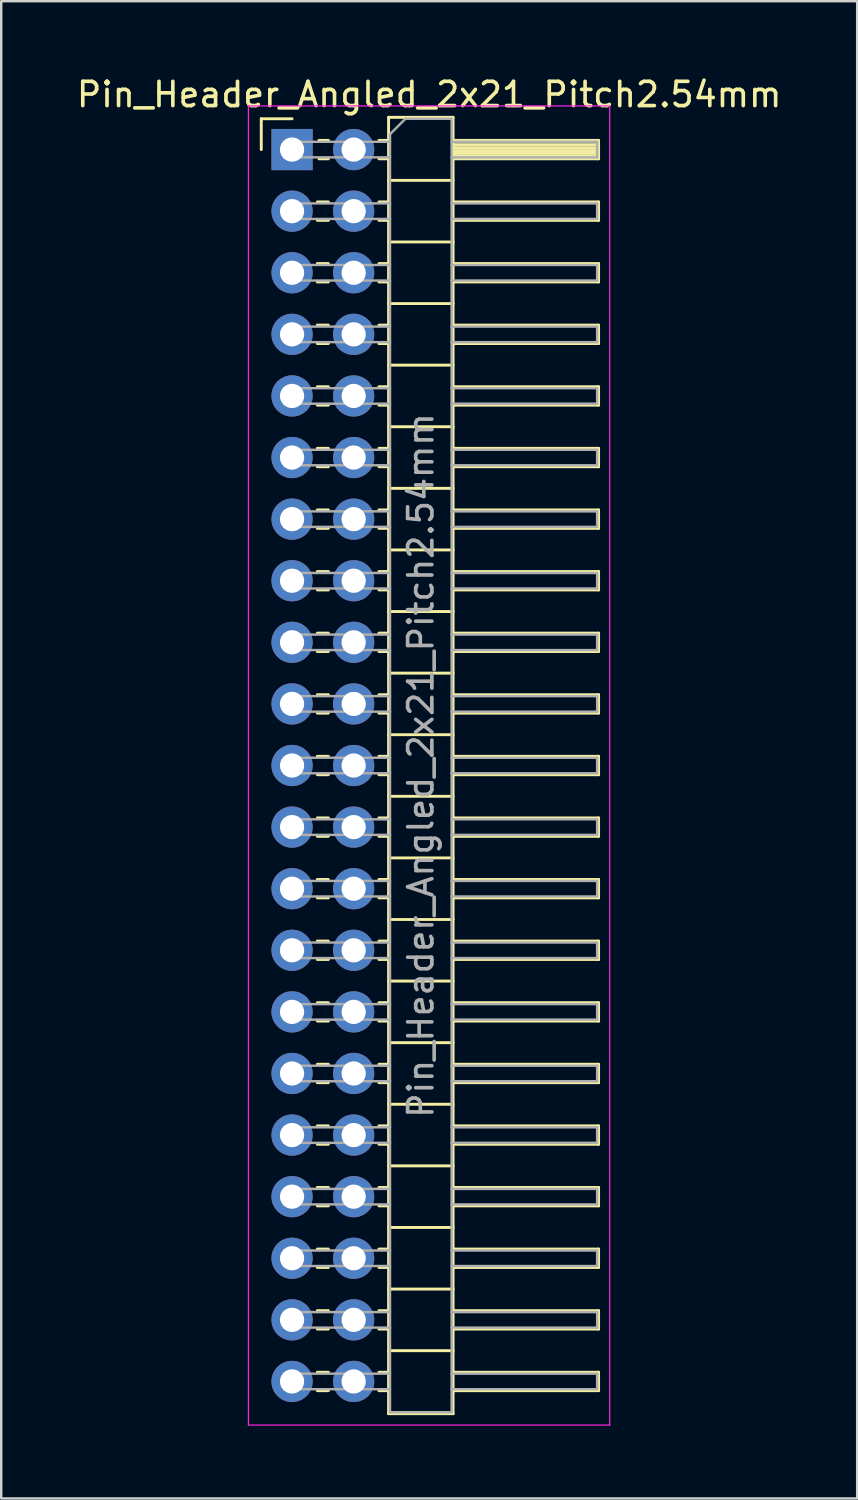
<source format=kicad_pcb>
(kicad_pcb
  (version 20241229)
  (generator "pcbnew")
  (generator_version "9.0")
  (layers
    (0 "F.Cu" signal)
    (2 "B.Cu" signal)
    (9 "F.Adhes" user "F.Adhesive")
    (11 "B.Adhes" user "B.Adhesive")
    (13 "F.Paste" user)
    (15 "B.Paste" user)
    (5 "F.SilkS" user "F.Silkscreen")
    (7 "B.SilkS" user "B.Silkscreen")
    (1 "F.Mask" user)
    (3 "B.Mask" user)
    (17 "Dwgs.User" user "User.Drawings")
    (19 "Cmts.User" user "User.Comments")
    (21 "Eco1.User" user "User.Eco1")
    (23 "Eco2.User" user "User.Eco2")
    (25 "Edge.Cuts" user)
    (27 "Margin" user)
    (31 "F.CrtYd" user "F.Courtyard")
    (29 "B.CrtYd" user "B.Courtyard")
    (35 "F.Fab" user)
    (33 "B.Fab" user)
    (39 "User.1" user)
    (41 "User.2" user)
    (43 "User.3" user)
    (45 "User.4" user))
  (footprint "Pin_Header_Angled_2x21_Pitch2.54mm"
    (layer "F.Cu")
    (at 8.994 3.118)
    (property "Reference" "Pin_Header_Angled_2x21_Pitch2.54mm" (at 5.655 -2.27 0) (layer "F.SilkS") (effects (font (size 1 1) (thickness 0.15))))
    (attr through_hole)
    (fp_line (start -1.27 -1.27) (end 0 -1.27) (stroke (width 0.12) (type solid)) (layer "F.SilkS"))
    (fp_line (start -1.27 0) (end -1.27 -1.27) (stroke (width 0.12) (type solid)) (layer "F.SilkS"))
    (fp_line (start 1.043 2.16) (end 1.497 2.16) (stroke (width 0.12) (type solid)) (layer "F.SilkS"))
    (fp_line (start 1.043 2.92) (end 1.497 2.92) (stroke (width 0.12) (type solid)) (layer "F.SilkS"))
    (fp_line (start 1.043 4.7) (end 1.497 4.7) (stroke (width 0.12) (type solid)) (layer "F.SilkS"))
    (fp_line (start 1.043 5.46) (end 1.497 5.46) (stroke (width 0.12) (type solid)) (layer "F.SilkS"))
    (fp_line (start 1.043 7.24) (end 1.497 7.24) (stroke (width 0.12) (type solid)) (layer "F.SilkS"))
    (fp_line (start 1.043 8) (end 1.497 8) (stroke (width 0.12) (type solid)) (layer "F.SilkS"))
    (fp_line (start 1.043 9.78) (end 1.497 9.78) (stroke (width 0.12) (type solid)) (layer "F.SilkS"))
    (fp_line (start 1.043 10.54) (end 1.497 10.54) (stroke (width 0.12) (type solid)) (layer "F.SilkS"))
    (fp_line (start 1.043 12.32) (end 1.497 12.32) (stroke (width 0.12) (type solid)) (layer "F.SilkS"))
    (fp_line (start 1.043 13.08) (end 1.497 13.08) (stroke (width 0.12) (type solid)) (layer "F.SilkS"))
    (fp_line (start 1.043 14.86) (end 1.497 14.86) (stroke (width 0.12) (type solid)) (layer "F.SilkS"))
    (fp_line (start 1.043 15.62) (end 1.497 15.62) (stroke (width 0.12) (type solid)) (layer "F.SilkS"))
    (fp_line (start 1.043 17.4) (end 1.497 17.4) (stroke (width 0.12) (type solid)) (layer "F.SilkS"))
    (fp_line (start 1.043 18.16) (end 1.497 18.16) (stroke (width 0.12) (type solid)) (layer "F.SilkS"))
    (fp_line (start 1.043 19.94) (end 1.497 19.94) (stroke (width 0.12) (type solid)) (layer "F.SilkS"))
    (fp_line (start 1.043 20.7) (end 1.497 20.7) (stroke (width 0.12) (type solid)) (layer "F.SilkS"))
    (fp_line (start 1.043 22.48) (end 1.497 22.48) (stroke (width 0.12) (type solid)) (layer "F.SilkS"))
    (fp_line (start 1.043 23.24) (end 1.497 23.24) (stroke (width 0.12) (type solid)) (layer "F.SilkS"))
    (fp_line (start 1.043 25.02) (end 1.497 25.02) (stroke (width 0.12) (type solid)) (layer "F.SilkS"))
    (fp_line (start 1.043 25.78) (end 1.497 25.78) (stroke (width 0.12) (type solid)) (layer "F.SilkS"))
    (fp_line (start 1.043 27.56) (end 1.497 27.56) (stroke (width 0.12) (type solid)) (layer "F.SilkS"))
    (fp_line (start 1.043 28.32) (end 1.497 28.32) (stroke (width 0.12) (type solid)) (layer "F.SilkS"))
    (fp_line (start 1.043 30.1) (end 1.497 30.1) (stroke (width 0.12) (type solid)) (layer "F.SilkS"))
    (fp_line (start 1.043 30.86) (end 1.497 30.86) (stroke (width 0.12) (type solid)) (layer "F.SilkS"))
    (fp_line (start 1.043 32.64) (end 1.497 32.64) (stroke (width 0.12) (type solid)) (layer "F.SilkS"))
    (fp_line (start 1.043 33.4) (end 1.497 33.4) (stroke (width 0.12) (type solid)) (layer "F.SilkS"))
    (fp_line (start 1.043 35.18) (end 1.497 35.18) (stroke (width 0.12) (type solid)) (layer "F.SilkS"))
    (fp_line (start 1.043 35.94) (end 1.497 35.94) (stroke (width 0.12) (type solid)) (layer "F.SilkS"))
    (fp_line (start 1.043 37.72) (end 1.497 37.72) (stroke (width 0.12) (type solid)) (layer "F.SilkS"))
    (fp_line (start 1.043 38.48) (end 1.497 38.48) (stroke (width 0.12) (type solid)) (layer "F.SilkS"))
    (fp_line (start 1.043 40.26) (end 1.497 40.26) (stroke (width 0.12) (type solid)) (layer "F.SilkS"))
    (fp_line (start 1.043 41.02) (end 1.497 41.02) (stroke (width 0.12) (type solid)) (layer "F.SilkS"))
    (fp_line (start 1.043 42.8) (end 1.497 42.8) (stroke (width 0.12) (type solid)) (layer "F.SilkS"))
    (fp_line (start 1.043 43.56) (end 1.497 43.56) (stroke (width 0.12) (type solid)) (layer "F.SilkS"))
    (fp_line (start 1.043 45.34) (end 1.497 45.34) (stroke (width 0.12) (type solid)) (layer "F.SilkS"))
    (fp_line (start 1.043 46.1) (end 1.497 46.1) (stroke (width 0.12) (type solid)) (layer "F.SilkS"))
    (fp_line (start 1.043 47.88) (end 1.497 47.88) (stroke (width 0.12) (type solid)) (layer "F.SilkS"))
    (fp_line (start 1.043 48.64) (end 1.497 48.64) (stroke (width 0.12) (type solid)) (layer "F.SilkS"))
    (fp_line (start 1.043 50.42) (end 1.497 50.42) (stroke (width 0.12) (type solid)) (layer "F.SilkS"))
    (fp_line (start 1.043 51.18) (end 1.497 51.18) (stroke (width 0.12) (type solid)) (layer "F.SilkS"))
    (fp_line (start 1.11 -0.38) (end 1.497 -0.38) (stroke (width 0.12) (type solid)) (layer "F.SilkS"))
    (fp_line (start 1.11 0.38) (end 1.497 0.38) (stroke (width 0.12) (type solid)) (layer "F.SilkS"))
    (fp_line (start 3.583 -0.38) (end 3.98 -0.38) (stroke (width 0.12) (type solid)) (layer "F.SilkS"))
    (fp_line (start 3.583 0.38) (end 3.98 0.38) (stroke (width 0.12) (type solid)) (layer "F.SilkS"))
    (fp_line (start 3.583 2.16) (end 3.98 2.16) (stroke (width 0.12) (type solid)) (layer "F.SilkS"))
    (fp_line (start 3.583 2.92) (end 3.98 2.92) (stroke (width 0.12) (type solid)) (layer "F.SilkS"))
    (fp_line (start 3.583 4.7) (end 3.98 4.7) (stroke (width 0.12) (type solid)) (layer "F.SilkS"))
    (fp_line (start 3.583 5.46) (end 3.98 5.46) (stroke (width 0.12) (type solid)) (layer "F.SilkS"))
    (fp_line (start 3.583 7.24) (end 3.98 7.24) (stroke (width 0.12) (type solid)) (layer "F.SilkS"))
    (fp_line (start 3.583 8) (end 3.98 8) (stroke (width 0.12) (type solid)) (layer "F.SilkS"))
    (fp_line (start 3.583 9.78) (end 3.98 9.78) (stroke (width 0.12) (type solid)) (layer "F.SilkS"))
    (fp_line (start 3.583 10.54) (end 3.98 10.54) (stroke (width 0.12) (type solid)) (layer "F.SilkS"))
    (fp_line (start 3.583 12.32) (end 3.98 12.32) (stroke (width 0.12) (type solid)) (layer "F.SilkS"))
    (fp_line (start 3.583 13.08) (end 3.98 13.08) (stroke (width 0.12) (type solid)) (layer "F.SilkS"))
    (fp_line (start 3.583 14.86) (end 3.98 14.86) (stroke (width 0.12) (type solid)) (layer "F.SilkS"))
    (fp_line (start 3.583 15.62) (end 3.98 15.62) (stroke (width 0.12) (type solid)) (layer "F.SilkS"))
    (fp_line (start 3.583 17.4) (end 3.98 17.4) (stroke (width 0.12) (type solid)) (layer "F.SilkS"))
    (fp_line (start 3.583 18.16) (end 3.98 18.16) (stroke (width 0.12) (type solid)) (layer "F.SilkS"))
    (fp_line (start 3.583 19.94) (end 3.98 19.94) (stroke (width 0.12) (type solid)) (layer "F.SilkS"))
    (fp_line (start 3.583 20.7) (end 3.98 20.7) (stroke (width 0.12) (type solid)) (layer "F.SilkS"))
    (fp_line (start 3.583 22.48) (end 3.98 22.48) (stroke (width 0.12) (type solid)) (layer "F.SilkS"))
    (fp_line (start 3.583 23.24) (end 3.98 23.24) (stroke (width 0.12) (type solid)) (layer "F.SilkS"))
    (fp_line (start 3.583 25.02) (end 3.98 25.02) (stroke (width 0.12) (type solid)) (layer "F.SilkS"))
    (fp_line (start 3.583 25.78) (end 3.98 25.78) (stroke (width 0.12) (type solid)) (layer "F.SilkS"))
    (fp_line (start 3.583 27.56) (end 3.98 27.56) (stroke (width 0.12) (type solid)) (layer "F.SilkS"))
    (fp_line (start 3.583 28.32) (end 3.98 28.32) (stroke (width 0.12) (type solid)) (layer "F.SilkS"))
    (fp_line (start 3.583 30.1) (end 3.98 30.1) (stroke (width 0.12) (type solid)) (layer "F.SilkS"))
    (fp_line (start 3.583 30.86) (end 3.98 30.86) (stroke (width 0.12) (type solid)) (layer "F.SilkS"))
    (fp_line (start 3.583 32.64) (end 3.98 32.64) (stroke (width 0.12) (type solid)) (layer "F.SilkS"))
    (fp_line (start 3.583 33.4) (end 3.98 33.4) (stroke (width 0.12) (type solid)) (layer "F.SilkS"))
    (fp_line (start 3.583 35.18) (end 3.98 35.18) (stroke (width 0.12) (type solid)) (layer "F.SilkS"))
    (fp_line (start 3.583 35.94) (end 3.98 35.94) (stroke (width 0.12) (type solid)) (layer "F.SilkS"))
    (fp_line (start 3.583 37.72) (end 3.98 37.72) (stroke (width 0.12) (type solid)) (layer "F.SilkS"))
    (fp_line (start 3.583 38.48) (end 3.98 38.48) (stroke (width 0.12) (type solid)) (layer "F.SilkS"))
    (fp_line (start 3.583 40.26) (end 3.98 40.26) (stroke (width 0.12) (type solid)) (layer "F.SilkS"))
    (fp_line (start 3.583 41.02) (end 3.98 41.02) (stroke (width 0.12) (type solid)) (layer "F.SilkS"))
    (fp_line (start 3.583 42.8) (end 3.98 42.8) (stroke (width 0.12) (type solid)) (layer "F.SilkS"))
    (fp_line (start 3.583 43.56) (end 3.98 43.56) (stroke (width 0.12) (type solid)) (layer "F.SilkS"))
    (fp_line (start 3.583 45.34) (end 3.98 45.34) (stroke (width 0.12) (type solid)) (layer "F.SilkS"))
    (fp_line (start 3.583 46.1) (end 3.98 46.1) (stroke (width 0.12) (type solid)) (layer "F.SilkS"))
    (fp_line (start 3.583 47.88) (end 3.98 47.88) (stroke (width 0.12) (type solid)) (layer "F.SilkS"))
    (fp_line (start 3.583 48.64) (end 3.98 48.64) (stroke (width 0.12) (type solid)) (layer "F.SilkS"))
    (fp_line (start 3.583 50.42) (end 3.98 50.42) (stroke (width 0.12) (type solid)) (layer "F.SilkS"))
    (fp_line (start 3.583 51.18) (end 3.98 51.18) (stroke (width 0.12) (type solid)) (layer "F.SilkS"))
    (fp_line (start 3.98 -1.33) (end 3.98 52.13) (stroke (width 0.12) (type solid)) (layer "F.SilkS"))
    (fp_line (start 3.98 1.27) (end 6.64 1.27) (stroke (width 0.12) (type solid)) (layer "F.SilkS"))
    (fp_line (start 3.98 3.81) (end 6.64 3.81) (stroke (width 0.12) (type solid)) (layer "F.SilkS"))
    (fp_line (start 3.98 6.35) (end 6.64 6.35) (stroke (width 0.12) (type solid)) (layer "F.SilkS"))
    (fp_line (start 3.98 8.89) (end 6.64 8.89) (stroke (width 0.12) (type solid)) (layer "F.SilkS"))
    (fp_line (start 3.98 11.43) (end 6.64 11.43) (stroke (width 0.12) (type solid)) (layer "F.SilkS"))
    (fp_line (start 3.98 13.97) (end 6.64 13.97) (stroke (width 0.12) (type solid)) (layer "F.SilkS"))
    (fp_line (start 3.98 16.51) (end 6.64 16.51) (stroke (width 0.12) (type solid)) (layer "F.SilkS"))
    (fp_line (start 3.98 19.05) (end 6.64 19.05) (stroke (width 0.12) (type solid)) (layer "F.SilkS"))
    (fp_line (start 3.98 21.59) (end 6.64 21.59) (stroke (width 0.12) (type solid)) (layer "F.SilkS"))
    (fp_line (start 3.98 24.13) (end 6.64 24.13) (stroke (width 0.12) (type solid)) (layer "F.SilkS"))
    (fp_line (start 3.98 26.67) (end 6.64 26.67) (stroke (width 0.12) (type solid)) (layer "F.SilkS"))
    (fp_line (start 3.98 29.21) (end 6.64 29.21) (stroke (width 0.12) (type solid)) (layer "F.SilkS"))
    (fp_line (start 3.98 31.75) (end 6.64 31.75) (stroke (width 0.12) (type solid)) (layer "F.SilkS"))
    (fp_line (start 3.98 34.29) (end 6.64 34.29) (stroke (width 0.12) (type solid)) (layer "F.SilkS"))
    (fp_line (start 3.98 36.83) (end 6.64 36.83) (stroke (width 0.12) (type solid)) (layer "F.SilkS"))
    (fp_line (start 3.98 39.37) (end 6.64 39.37) (stroke (width 0.12) (type solid)) (layer "F.SilkS"))
    (fp_line (start 3.98 41.91) (end 6.64 41.91) (stroke (width 0.12) (type solid)) (layer "F.SilkS"))
    (fp_line (start 3.98 44.45) (end 6.64 44.45) (stroke (width 0.12) (type solid)) (layer "F.SilkS"))
    (fp_line (start 3.98 46.99) (end 6.64 46.99) (stroke (width 0.12) (type solid)) (layer "F.SilkS"))
    (fp_line (start 3.98 49.53) (end 6.64 49.53) (stroke (width 0.12) (type solid)) (layer "F.SilkS"))
    (fp_line (start 3.98 52.13) (end 6.64 52.13) (stroke (width 0.12) (type solid)) (layer "F.SilkS"))
    (fp_line (start 6.64 -1.33) (end 3.98 -1.33) (stroke (width 0.12) (type solid)) (layer "F.SilkS"))
    (fp_line (start 6.64 -0.38) (end 12.64 -0.38) (stroke (width 0.12) (type solid)) (layer "F.SilkS"))
    (fp_line (start 6.64 -0.32) (end 12.64 -0.32) (stroke (width 0.12) (type solid)) (layer "F.SilkS"))
    (fp_line (start 6.64 -0.2) (end 12.64 -0.2) (stroke (width 0.12) (type solid)) (layer "F.SilkS"))
    (fp_line (start 6.64 -0.08) (end 12.64 -0.08) (stroke (width 0.12) (type solid)) (layer "F.SilkS"))
    (fp_line (start 6.64 0.04) (end 12.64 0.04) (stroke (width 0.12) (type solid)) (layer "F.SilkS"))
    (fp_line (start 6.64 0.16) (end 12.64 0.16) (stroke (width 0.12) (type solid)) (layer "F.SilkS"))
    (fp_line (start 6.64 0.28) (end 12.64 0.28) (stroke (width 0.12) (type solid)) (layer "F.SilkS"))
    (fp_line (start 6.64 2.16) (end 12.64 2.16) (stroke (width 0.12) (type solid)) (layer "F.SilkS"))
    (fp_line (start 6.64 4.7) (end 12.64 4.7) (stroke (width 0.12) (type solid)) (layer "F.SilkS"))
    (fp_line (start 6.64 7.24) (end 12.64 7.24) (stroke (width 0.12) (type solid)) (layer "F.SilkS"))
    (fp_line (start 6.64 9.78) (end 12.64 9.78) (stroke (width 0.12) (type solid)) (layer "F.SilkS"))
    (fp_line (start 6.64 12.32) (end 12.64 12.32) (stroke (width 0.12) (type solid)) (layer "F.SilkS"))
    (fp_line (start 6.64 14.86) (end 12.64 14.86) (stroke (width 0.12) (type solid)) (layer "F.SilkS"))
    (fp_line (start 6.64 17.4) (end 12.64 17.4) (stroke (width 0.12) (type solid)) (layer "F.SilkS"))
    (fp_line (start 6.64 19.94) (end 12.64 19.94) (stroke (width 0.12) (type solid)) (layer "F.SilkS"))
    (fp_line (start 6.64 22.48) (end 12.64 22.48) (stroke (width 0.12) (type solid)) (layer "F.SilkS"))
    (fp_line (start 6.64 25.02) (end 12.64 25.02) (stroke (width 0.12) (type solid)) (layer "F.SilkS"))
    (fp_line (start 6.64 27.56) (end 12.64 27.56) (stroke (width 0.12) (type solid)) (layer "F.SilkS"))
    (fp_line (start 6.64 30.1) (end 12.64 30.1) (stroke (width 0.12) (type solid)) (layer "F.SilkS"))
    (fp_line (start 6.64 32.64) (end 12.64 32.64) (stroke (width 0.12) (type solid)) (layer "F.SilkS"))
    (fp_line (start 6.64 35.18) (end 12.64 35.18) (stroke (width 0.12) (type solid)) (layer "F.SilkS"))
    (fp_line (start 6.64 37.72) (end 12.64 37.72) (stroke (width 0.12) (type solid)) (layer "F.SilkS"))
    (fp_line (start 6.64 40.26) (end 12.64 40.26) (stroke (width 0.12) (type solid)) (layer "F.SilkS"))
    (fp_line (start 6.64 42.8) (end 12.64 42.8) (stroke (width 0.12) (type solid)) (layer "F.SilkS"))
    (fp_line (start 6.64 45.34) (end 12.64 45.34) (stroke (width 0.12) (type solid)) (layer "F.SilkS"))
    (fp_line (start 6.64 47.88) (end 12.64 47.88) (stroke (width 0.12) (type solid)) (layer "F.SilkS"))
    (fp_line (start 6.64 50.42) (end 12.64 50.42) (stroke (width 0.12) (type solid)) (layer "F.SilkS"))
    (fp_line (start 6.64 52.13) (end 6.64 -1.33) (stroke (width 0.12) (type solid)) (layer "F.SilkS"))
    (fp_line (start 12.64 -0.38) (end 12.64 0.38) (stroke (width 0.12) (type solid)) (layer "F.SilkS"))
    (fp_line (start 12.64 0.38) (end 6.64 0.38) (stroke (width 0.12) (type solid)) (layer "F.SilkS"))
    (fp_line (start 12.64 2.16) (end 12.64 2.92) (stroke (width 0.12) (type solid)) (layer "F.SilkS"))
    (fp_line (start 12.64 2.92) (end 6.64 2.92) (stroke (width 0.12) (type solid)) (layer "F.SilkS"))
    (fp_line (start 12.64 4.7) (end 12.64 5.46) (stroke (width 0.12) (type solid)) (layer "F.SilkS"))
    (fp_line (start 12.64 5.46) (end 6.64 5.46) (stroke (width 0.12) (type solid)) (layer "F.SilkS"))
    (fp_line (start 12.64 7.24) (end 12.64 8) (stroke (width 0.12) (type solid)) (layer "F.SilkS"))
    (fp_line (start 12.64 8) (end 6.64 8) (stroke (width 0.12) (type solid)) (layer "F.SilkS"))
    (fp_line (start 12.64 9.78) (end 12.64 10.54) (stroke (width 0.12) (type solid)) (layer "F.SilkS"))
    (fp_line (start 12.64 10.54) (end 6.64 10.54) (stroke (width 0.12) (type solid)) (layer "F.SilkS"))
    (fp_line (start 12.64 12.32) (end 12.64 13.08) (stroke (width 0.12) (type solid)) (layer "F.SilkS"))
    (fp_line (start 12.64 13.08) (end 6.64 13.08) (stroke (width 0.12) (type solid)) (layer "F.SilkS"))
    (fp_line (start 12.64 14.86) (end 12.64 15.62) (stroke (width 0.12) (type solid)) (layer "F.SilkS"))
    (fp_line (start 12.64 15.62) (end 6.64 15.62) (stroke (width 0.12) (type solid)) (layer "F.SilkS"))
    (fp_line (start 12.64 17.4) (end 12.64 18.16) (stroke (width 0.12) (type solid)) (layer "F.SilkS"))
    (fp_line (start 12.64 18.16) (end 6.64 18.16) (stroke (width 0.12) (type solid)) (layer "F.SilkS"))
    (fp_line (start 12.64 19.94) (end 12.64 20.7) (stroke (width 0.12) (type solid)) (layer "F.SilkS"))
    (fp_line (start 12.64 20.7) (end 6.64 20.7) (stroke (width 0.12) (type solid)) (layer "F.SilkS"))
    (fp_line (start 12.64 22.48) (end 12.64 23.24) (stroke (width 0.12) (type solid)) (layer "F.SilkS"))
    (fp_line (start 12.64 23.24) (end 6.64 23.24) (stroke (width 0.12) (type solid)) (layer "F.SilkS"))
    (fp_line (start 12.64 25.02) (end 12.64 25.78) (stroke (width 0.12) (type solid)) (layer "F.SilkS"))
    (fp_line (start 12.64 25.78) (end 6.64 25.78) (stroke (width 0.12) (type solid)) (layer "F.SilkS"))
    (fp_line (start 12.64 27.56) (end 12.64 28.32) (stroke (width 0.12) (type solid)) (layer "F.SilkS"))
    (fp_line (start 12.64 28.32) (end 6.64 28.32) (stroke (width 0.12) (type solid)) (layer "F.SilkS"))
    (fp_line (start 12.64 30.1) (end 12.64 30.86) (stroke (width 0.12) (type solid)) (layer "F.SilkS"))
    (fp_line (start 12.64 30.86) (end 6.64 30.86) (stroke (width 0.12) (type solid)) (layer "F.SilkS"))
    (fp_line (start 12.64 32.64) (end 12.64 33.4) (stroke (width 0.12) (type solid)) (layer "F.SilkS"))
    (fp_line (start 12.64 33.4) (end 6.64 33.4) (stroke (width 0.12) (type solid)) (layer "F.SilkS"))
    (fp_line (start 12.64 35.18) (end 12.64 35.94) (stroke (width 0.12) (type solid)) (layer "F.SilkS"))
    (fp_line (start 12.64 35.94) (end 6.64 35.94) (stroke (width 0.12) (type solid)) (layer "F.SilkS"))
    (fp_line (start 12.64 37.72) (end 12.64 38.48) (stroke (width 0.12) (type solid)) (layer "F.SilkS"))
    (fp_line (start 12.64 38.48) (end 6.64 38.48) (stroke (width 0.12) (type solid)) (layer "F.SilkS"))
    (fp_line (start 12.64 40.26) (end 12.64 41.02) (stroke (width 0.12) (type solid)) (layer "F.SilkS"))
    (fp_line (start 12.64 41.02) (end 6.64 41.02) (stroke (width 0.12) (type solid)) (layer "F.SilkS"))
    (fp_line (start 12.64 42.8) (end 12.64 43.56) (stroke (width 0.12) (type solid)) (layer "F.SilkS"))
    (fp_line (start 12.64 43.56) (end 6.64 43.56) (stroke (width 0.12) (type solid)) (layer "F.SilkS"))
    (fp_line (start 12.64 45.34) (end 12.64 46.1) (stroke (width 0.12) (type solid)) (layer "F.SilkS"))
    (fp_line (start 12.64 46.1) (end 6.64 46.1) (stroke (width 0.12) (type solid)) (layer "F.SilkS"))
    (fp_line (start 12.64 47.88) (end 12.64 48.64) (stroke (width 0.12) (type solid)) (layer "F.SilkS"))
    (fp_line (start 12.64 48.64) (end 6.64 48.64) (stroke (width 0.12) (type solid)) (layer "F.SilkS"))
    (fp_line (start 12.64 50.42) (end 12.64 51.18) (stroke (width 0.12) (type solid)) (layer "F.SilkS"))
    (fp_line (start 12.64 51.18) (end 6.64 51.18) (stroke (width 0.12) (type solid)) (layer "F.SilkS"))
    (fp_line (start -1.8 -1.8) (end -1.8 52.6) (stroke (width 0.05) (type solid)) (layer "F.CrtYd"))
    (fp_line (start -1.8 52.6) (end 13.1 52.6) (stroke (width 0.05) (type solid)) (layer "F.CrtYd"))
    (fp_line (start 13.1 -1.8) (end -1.8 -1.8) (stroke (width 0.05) (type solid)) (layer "F.CrtYd"))
    (fp_line (start 13.1 52.6) (end 13.1 -1.8) (stroke (width 0.05) (type solid)) (layer "F.CrtYd"))
    (fp_line (start -0.32 -0.32) (end -0.32 0.32) (stroke (width 0.1) (type solid)) (layer "F.Fab"))
    (fp_line (start -0.32 -0.32) (end 4.04 -0.32) (stroke (width 0.1) (type solid)) (layer "F.Fab"))
    (fp_line (start -0.32 0.32) (end 4.04 0.32) (stroke (width 0.1) (type solid)) (layer "F.Fab"))
    (fp_line (start -0.32 2.22) (end -0.32 2.86) (stroke (width 0.1) (type solid)) (layer "F.Fab"))
    (fp_line (start -0.32 2.22) (end 4.04 2.22) (stroke (width 0.1) (type solid)) (layer "F.Fab"))
    (fp_line (start -0.32 2.86) (end 4.04 2.86) (stroke (width 0.1) (type solid)) (layer "F.Fab"))
    (fp_line (start -0.32 4.76) (end -0.32 5.4) (stroke (width 0.1) (type solid)) (layer "F.Fab"))
    (fp_line (start -0.32 4.76) (end 4.04 4.76) (stroke (width 0.1) (type solid)) (layer "F.Fab"))
    (fp_line (start -0.32 5.4) (end 4.04 5.4) (stroke (width 0.1) (type solid)) (layer "F.Fab"))
    (fp_line (start -0.32 7.3) (end -0.32 7.94) (stroke (width 0.1) (type solid)) (layer "F.Fab"))
    (fp_line (start -0.32 7.3) (end 4.04 7.3) (stroke (width 0.1) (type solid)) (layer "F.Fab"))
    (fp_line (start -0.32 7.94) (end 4.04 7.94) (stroke (width 0.1) (type solid)) (layer "F.Fab"))
    (fp_line (start -0.32 9.84) (end -0.32 10.48) (stroke (width 0.1) (type solid)) (layer "F.Fab"))
    (fp_line (start -0.32 9.84) (end 4.04 9.84) (stroke (width 0.1) (type solid)) (layer "F.Fab"))
    (fp_line (start -0.32 10.48) (end 4.04 10.48) (stroke (width 0.1) (type solid)) (layer "F.Fab"))
    (fp_line (start -0.32 12.38) (end -0.32 13.02) (stroke (width 0.1) (type solid)) (layer "F.Fab"))
    (fp_line (start -0.32 12.38) (end 4.04 12.38) (stroke (width 0.1) (type solid)) (layer "F.Fab"))
    (fp_line (start -0.32 13.02) (end 4.04 13.02) (stroke (width 0.1) (type solid)) (layer "F.Fab"))
    (fp_line (start -0.32 14.92) (end -0.32 15.56) (stroke (width 0.1) (type solid)) (layer "F.Fab"))
    (fp_line (start -0.32 14.92) (end 4.04 14.92) (stroke (width 0.1) (type solid)) (layer "F.Fab"))
    (fp_line (start -0.32 15.56) (end 4.04 15.56) (stroke (width 0.1) (type solid)) (layer "F.Fab"))
    (fp_line (start -0.32 17.46) (end -0.32 18.1) (stroke (width 0.1) (type solid)) (layer "F.Fab"))
    (fp_line (start -0.32 17.46) (end 4.04 17.46) (stroke (width 0.1) (type solid)) (layer "F.Fab"))
    (fp_line (start -0.32 18.1) (end 4.04 18.1) (stroke (width 0.1) (type solid)) (layer "F.Fab"))
    (fp_line (start -0.32 20) (end -0.32 20.64) (stroke (width 0.1) (type solid)) (layer "F.Fab"))
    (fp_line (start -0.32 20) (end 4.04 20) (stroke (width 0.1) (type solid)) (layer "F.Fab"))
    (fp_line (start -0.32 20.64) (end 4.04 20.64) (stroke (width 0.1) (type solid)) (layer "F.Fab"))
    (fp_line (start -0.32 22.54) (end -0.32 23.18) (stroke (width 0.1) (type solid)) (layer "F.Fab"))
    (fp_line (start -0.32 22.54) (end 4.04 22.54) (stroke (width 0.1) (type solid)) (layer "F.Fab"))
    (fp_line (start -0.32 23.18) (end 4.04 23.18) (stroke (width 0.1) (type solid)) (layer "F.Fab"))
    (fp_line (start -0.32 25.08) (end -0.32 25.72) (stroke (width 0.1) (type solid)) (layer "F.Fab"))
    (fp_line (start -0.32 25.08) (end 4.04 25.08) (stroke (width 0.1) (type solid)) (layer "F.Fab"))
    (fp_line (start -0.32 25.72) (end 4.04 25.72) (stroke (width 0.1) (type solid)) (layer "F.Fab"))
    (fp_line (start -0.32 27.62) (end -0.32 28.26) (stroke (width 0.1) (type solid)) (layer "F.Fab"))
    (fp_line (start -0.32 27.62) (end 4.04 27.62) (stroke (width 0.1) (type solid)) (layer "F.Fab"))
    (fp_line (start -0.32 28.26) (end 4.04 28.26) (stroke (width 0.1) (type solid)) (layer "F.Fab"))
    (fp_line (start -0.32 30.16) (end -0.32 30.8) (stroke (width 0.1) (type solid)) (layer "F.Fab"))
    (fp_line (start -0.32 30.16) (end 4.04 30.16) (stroke (width 0.1) (type solid)) (layer "F.Fab"))
    (fp_line (start -0.32 30.8) (end 4.04 30.8) (stroke (width 0.1) (type solid)) (layer "F.Fab"))
    (fp_line (start -0.32 32.7) (end -0.32 33.34) (stroke (width 0.1) (type solid)) (layer "F.Fab"))
    (fp_line (start -0.32 32.7) (end 4.04 32.7) (stroke (width 0.1) (type solid)) (layer "F.Fab"))
    (fp_line (start -0.32 33.34) (end 4.04 33.34) (stroke (width 0.1) (type solid)) (layer "F.Fab"))
    (fp_line (start -0.32 35.24) (end -0.32 35.88) (stroke (width 0.1) (type solid)) (layer "F.Fab"))
    (fp_line (start -0.32 35.24) (end 4.04 35.24) (stroke (width 0.1) (type solid)) (layer "F.Fab"))
    (fp_line (start -0.32 35.88) (end 4.04 35.88) (stroke (width 0.1) (type solid)) (layer "F.Fab"))
    (fp_line (start -0.32 37.78) (end -0.32 38.42) (stroke (width 0.1) (type solid)) (layer "F.Fab"))
    (fp_line (start -0.32 37.78) (end 4.04 37.78) (stroke (width 0.1) (type solid)) (layer "F.Fab"))
    (fp_line (start -0.32 38.42) (end 4.04 38.42) (stroke (width 0.1) (type solid)) (layer "F.Fab"))
    (fp_line (start -0.32 40.32) (end -0.32 40.96) (stroke (width 0.1) (type solid)) (layer "F.Fab"))
    (fp_line (start -0.32 40.32) (end 4.04 40.32) (stroke (width 0.1) (type solid)) (layer "F.Fab"))
    (fp_line (start -0.32 40.96) (end 4.04 40.96) (stroke (width 0.1) (type solid)) (layer "F.Fab"))
    (fp_line (start -0.32 42.86) (end -0.32 43.5) (stroke (width 0.1) (type solid)) (layer "F.Fab"))
    (fp_line (start -0.32 42.86) (end 4.04 42.86) (stroke (width 0.1) (type solid)) (layer "F.Fab"))
    (fp_line (start -0.32 43.5) (end 4.04 43.5) (stroke (width 0.1) (type solid)) (layer "F.Fab"))
    (fp_line (start -0.32 45.4) (end -0.32 46.04) (stroke (width 0.1) (type solid)) (layer "F.Fab"))
    (fp_line (start -0.32 45.4) (end 4.04 45.4) (stroke (width 0.1) (type solid)) (layer "F.Fab"))
    (fp_line (start -0.32 46.04) (end 4.04 46.04) (stroke (width 0.1) (type solid)) (layer "F.Fab"))
    (fp_line (start -0.32 47.94) (end -0.32 48.58) (stroke (width 0.1) (type solid)) (layer "F.Fab"))
    (fp_line (start -0.32 47.94) (end 4.04 47.94) (stroke (width 0.1) (type solid)) (layer "F.Fab"))
    (fp_line (start -0.32 48.58) (end 4.04 48.58) (stroke (width 0.1) (type solid)) (layer "F.Fab"))
    (fp_line (start -0.32 50.48) (end -0.32 51.12) (stroke (width 0.1) (type solid)) (layer "F.Fab"))
    (fp_line (start -0.32 50.48) (end 4.04 50.48) (stroke (width 0.1) (type solid)) (layer "F.Fab"))
    (fp_line (start -0.32 51.12) (end 4.04 51.12) (stroke (width 0.1) (type solid)) (layer "F.Fab"))
    (fp_line (start 4.04 -0.635) (end 4.675 -1.27) (stroke (width 0.1) (type solid)) (layer "F.Fab"))
    (fp_line (start 4.04 52.07) (end 4.04 -0.635) (stroke (width 0.1) (type solid)) (layer "F.Fab"))
    (fp_line (start 4.675 -1.27) (end 6.58 -1.27) (stroke (width 0.1) (type solid)) (layer "F.Fab"))
    (fp_line (start 6.58 -1.27) (end 6.58 52.07) (stroke (width 0.1) (type solid)) (layer "F.Fab"))
    (fp_line (start 6.58 -0.32) (end 12.58 -0.32) (stroke (width 0.1) (type solid)) (layer "F.Fab"))
    (fp_line (start 6.58 0.32) (end 12.58 0.32) (stroke (width 0.1) (type solid)) (layer "F.Fab"))
    (fp_line (start 6.58 2.22) (end 12.58 2.22) (stroke (width 0.1) (type solid)) (layer "F.Fab"))
    (fp_line (start 6.58 2.86) (end 12.58 2.86) (stroke (width 0.1) (type solid)) (layer "F.Fab"))
    (fp_line (start 6.58 4.76) (end 12.58 4.76) (stroke (width 0.1) (type solid)) (layer "F.Fab"))
    (fp_line (start 6.58 5.4) (end 12.58 5.4) (stroke (width 0.1) (type solid)) (layer "F.Fab"))
    (fp_line (start 6.58 7.3) (end 12.58 7.3) (stroke (width 0.1) (type solid)) (layer "F.Fab"))
    (fp_line (start 6.58 7.94) (end 12.58 7.94) (stroke (width 0.1) (type solid)) (layer "F.Fab"))
    (fp_line (start 6.58 9.84) (end 12.58 9.84) (stroke (width 0.1) (type solid)) (layer "F.Fab"))
    (fp_line (start 6.58 10.48) (end 12.58 10.48) (stroke (width 0.1) (type solid)) (layer "F.Fab"))
    (fp_line (start 6.58 12.38) (end 12.58 12.38) (stroke (width 0.1) (type solid)) (layer "F.Fab"))
    (fp_line (start 6.58 13.02) (end 12.58 13.02) (stroke (width 0.1) (type solid)) (layer "F.Fab"))
    (fp_line (start 6.58 14.92) (end 12.58 14.92) (stroke (width 0.1) (type solid)) (layer "F.Fab"))
    (fp_line (start 6.58 15.56) (end 12.58 15.56) (stroke (width 0.1) (type solid)) (layer "F.Fab"))
    (fp_line (start 6.58 17.46) (end 12.58 17.46) (stroke (width 0.1) (type solid)) (layer "F.Fab"))
    (fp_line (start 6.58 18.1) (end 12.58 18.1) (stroke (width 0.1) (type solid)) (layer "F.Fab"))
    (fp_line (start 6.58 20) (end 12.58 20) (stroke (width 0.1) (type solid)) (layer "F.Fab"))
    (fp_line (start 6.58 20.64) (end 12.58 20.64) (stroke (width 0.1) (type solid)) (layer "F.Fab"))
    (fp_line (start 6.58 22.54) (end 12.58 22.54) (stroke (width 0.1) (type solid)) (layer "F.Fab"))
    (fp_line (start 6.58 23.18) (end 12.58 23.18) (stroke (width 0.1) (type solid)) (layer "F.Fab"))
    (fp_line (start 6.58 25.08) (end 12.58 25.08) (stroke (width 0.1) (type solid)) (layer "F.Fab"))
    (fp_line (start 6.58 25.72) (end 12.58 25.72) (stroke (width 0.1) (type solid)) (layer "F.Fab"))
    (fp_line (start 6.58 27.62) (end 12.58 27.62) (stroke (width 0.1) (type solid)) (layer "F.Fab"))
    (fp_line (start 6.58 28.26) (end 12.58 28.26) (stroke (width 0.1) (type solid)) (layer "F.Fab"))
    (fp_line (start 6.58 30.16) (end 12.58 30.16) (stroke (width 0.1) (type solid)) (layer "F.Fab"))
    (fp_line (start 6.58 30.8) (end 12.58 30.8) (stroke (width 0.1) (type solid)) (layer "F.Fab"))
    (fp_line (start 6.58 32.7) (end 12.58 32.7) (stroke (width 0.1) (type solid)) (layer "F.Fab"))
    (fp_line (start 6.58 33.34) (end 12.58 33.34) (stroke (width 0.1) (type solid)) (layer "F.Fab"))
    (fp_line (start 6.58 35.24) (end 12.58 35.24) (stroke (width 0.1) (type solid)) (layer "F.Fab"))
    (fp_line (start 6.58 35.88) (end 12.58 35.88) (stroke (width 0.1) (type solid)) (layer "F.Fab"))
    (fp_line (start 6.58 37.78) (end 12.58 37.78) (stroke (width 0.1) (type solid)) (layer "F.Fab"))
    (fp_line (start 6.58 38.42) (end 12.58 38.42) (stroke (width 0.1) (type solid)) (layer "F.Fab"))
    (fp_line (start 6.58 40.32) (end 12.58 40.32) (stroke (width 0.1) (type solid)) (layer "F.Fab"))
    (fp_line (start 6.58 40.96) (end 12.58 40.96) (stroke (width 0.1) (type solid)) (layer "F.Fab"))
    (fp_line (start 6.58 42.86) (end 12.58 42.86) (stroke (width 0.1) (type solid)) (layer "F.Fab"))
    (fp_line (start 6.58 43.5) (end 12.58 43.5) (stroke (width 0.1) (type solid)) (layer "F.Fab"))
    (fp_line (start 6.58 45.4) (end 12.58 45.4) (stroke (width 0.1) (type solid)) (layer "F.Fab"))
    (fp_line (start 6.58 46.04) (end 12.58 46.04) (stroke (width 0.1) (type solid)) (layer "F.Fab"))
    (fp_line (start 6.58 47.94) (end 12.58 47.94) (stroke (width 0.1) (type solid)) (layer "F.Fab"))
    (fp_line (start 6.58 48.58) (end 12.58 48.58) (stroke (width 0.1) (type solid)) (layer "F.Fab"))
    (fp_line (start 6.58 50.48) (end 12.58 50.48) (stroke (width 0.1) (type solid)) (layer "F.Fab"))
    (fp_line (start 6.58 51.12) (end 12.58 51.12) (stroke (width 0.1) (type solid)) (layer "F.Fab"))
    (fp_line (start 6.58 52.07) (end 4.04 52.07) (stroke (width 0.1) (type solid)) (layer "F.Fab"))
    (fp_line (start 12.58 -0.32) (end 12.58 0.32) (stroke (width 0.1) (type solid)) (layer "F.Fab"))
    (fp_line (start 12.58 2.22) (end 12.58 2.86) (stroke (width 0.1) (type solid)) (layer "F.Fab"))
    (fp_line (start 12.58 4.76) (end 12.58 5.4) (stroke (width 0.1) (type solid)) (layer "F.Fab"))
    (fp_line (start 12.58 7.3) (end 12.58 7.94) (stroke (width 0.1) (type solid)) (layer "F.Fab"))
    (fp_line (start 12.58 9.84) (end 12.58 10.48) (stroke (width 0.1) (type solid)) (layer "F.Fab"))
    (fp_line (start 12.58 12.38) (end 12.58 13.02) (stroke (width 0.1) (type solid)) (layer "F.Fab"))
    (fp_line (start 12.58 14.92) (end 12.58 15.56) (stroke (width 0.1) (type solid)) (layer "F.Fab"))
    (fp_line (start 12.58 17.46) (end 12.58 18.1) (stroke (width 0.1) (type solid)) (layer "F.Fab"))
    (fp_line (start 12.58 20) (end 12.58 20.64) (stroke (width 0.1) (type solid)) (layer "F.Fab"))
    (fp_line (start 12.58 22.54) (end 12.58 23.18) (stroke (width 0.1) (type solid)) (layer "F.Fab"))
    (fp_line (start 12.58 25.08) (end 12.58 25.72) (stroke (width 0.1) (type solid)) (layer "F.Fab"))
    (fp_line (start 12.58 27.62) (end 12.58 28.26) (stroke (width 0.1) (type solid)) (layer "F.Fab"))
    (fp_line (start 12.58 30.16) (end 12.58 30.8) (stroke (width 0.1) (type solid)) (layer "F.Fab"))
    (fp_line (start 12.58 32.7) (end 12.58 33.34) (stroke (width 0.1) (type solid)) (layer "F.Fab"))
    (fp_line (start 12.58 35.24) (end 12.58 35.88) (stroke (width 0.1) (type solid)) (layer "F.Fab"))
    (fp_line (start 12.58 37.78) (end 12.58 38.42) (stroke (width 0.1) (type solid)) (layer "F.Fab"))
    (fp_line (start 12.58 40.32) (end 12.58 40.96) (stroke (width 0.1) (type solid)) (layer "F.Fab"))
    (fp_line (start 12.58 42.86) (end 12.58 43.5) (stroke (width 0.1) (type solid)) (layer "F.Fab"))
    (fp_line (start 12.58 45.4) (end 12.58 46.04) (stroke (width 0.1) (type solid)) (layer "F.Fab"))
    (fp_line (start 12.58 47.94) (end 12.58 48.58) (stroke (width 0.1) (type solid)) (layer "F.Fab"))
    (fp_line (start 12.58 50.48) (end 12.58 51.12) (stroke (width 0.1) (type solid)) (layer "F.Fab"))
    (fp_text user "${REFERENCE}" (at 5.31 25.4 90) (layer "F.Fab") (effects (font (size 1 1) (thickness 0.15))))
    (pad "1" thru_hole rect (at 0 0) (size 1.7 1.7) (drill 1) (layers "*.Cu" "*.Mask"))
    (pad "2" thru_hole oval (at 2.54 0) (size 1.7 1.7) (drill 1) (layers "*.Cu" "*.Mask"))
    (pad "3" thru_hole oval (at 0 2.54) (size 1.7 1.7) (drill 1) (layers "*.Cu" "*.Mask"))
    (pad "4" thru_hole oval (at 2.54 2.54) (size 1.7 1.7) (drill 1) (layers "*.Cu" "*.Mask"))
    (pad "5" thru_hole oval (at 0 5.08) (size 1.7 1.7) (drill 1) (layers "*.Cu" "*.Mask"))
    (pad "6" thru_hole oval (at 2.54 5.08) (size 1.7 1.7) (drill 1) (layers "*.Cu" "*.Mask"))
    (pad "7" thru_hole oval (at 0 7.62) (size 1.7 1.7) (drill 1) (layers "*.Cu" "*.Mask"))
    (pad "8" thru_hole oval (at 2.54 7.62) (size 1.7 1.7) (drill 1) (layers "*.Cu" "*.Mask"))
    (pad "9" thru_hole oval (at 0 10.16) (size 1.7 1.7) (drill 1) (layers "*.Cu" "*.Mask"))
    (pad "10" thru_hole oval (at 2.54 10.16) (size 1.7 1.7) (drill 1) (layers "*.Cu" "*.Mask"))
    (pad "11" thru_hole oval (at 0 12.7) (size 1.7 1.7) (drill 1) (layers "*.Cu" "*.Mask"))
    (pad "12" thru_hole oval (at 2.54 12.7) (size 1.7 1.7) (drill 1) (layers "*.Cu" "*.Mask"))
    (pad "13" thru_hole oval (at 0 15.24) (size 1.7 1.7) (drill 1) (layers "*.Cu" "*.Mask"))
    (pad "14" thru_hole oval (at 2.54 15.24) (size 1.7 1.7) (drill 1) (layers "*.Cu" "*.Mask"))
    (pad "15" thru_hole oval (at 0 17.78) (size 1.7 1.7) (drill 1) (layers "*.Cu" "*.Mask"))
    (pad "16" thru_hole oval (at 2.54 17.78) (size 1.7 1.7) (drill 1) (layers "*.Cu" "*.Mask"))
    (pad "17" thru_hole oval (at 0 20.32) (size 1.7 1.7) (drill 1) (layers "*.Cu" "*.Mask"))
    (pad "18" thru_hole oval (at 2.54 20.32) (size 1.7 1.7) (drill 1) (layers "*.Cu" "*.Mask"))
    (pad "19" thru_hole oval (at 0 22.86) (size 1.7 1.7) (drill 1) (layers "*.Cu" "*.Mask"))
    (pad "20" thru_hole oval (at 2.54 22.86) (size 1.7 1.7) (drill 1) (layers "*.Cu" "*.Mask"))
    (pad "21" thru_hole oval (at 0 25.4) (size 1.7 1.7) (drill 1) (layers "*.Cu" "*.Mask"))
    (pad "22" thru_hole oval (at 2.54 25.4) (size 1.7 1.7) (drill 1) (layers "*.Cu" "*.Mask"))
    (pad "23" thru_hole oval (at 0 27.94) (size 1.7 1.7) (drill 1) (layers "*.Cu" "*.Mask"))
    (pad "24" thru_hole oval (at 2.54 27.94) (size 1.7 1.7) (drill 1) (layers "*.Cu" "*.Mask"))
    (pad "25" thru_hole oval (at 0 30.48) (size 1.7 1.7) (drill 1) (layers "*.Cu" "*.Mask"))
    (pad "26" thru_hole oval (at 2.54 30.48) (size 1.7 1.7) (drill 1) (layers "*.Cu" "*.Mask"))
    (pad "27" thru_hole oval (at 0 33.02) (size 1.7 1.7) (drill 1) (layers "*.Cu" "*.Mask"))
    (pad "28" thru_hole oval (at 2.54 33.02) (size 1.7 1.7) (drill 1) (layers "*.Cu" "*.Mask"))
    (pad "29" thru_hole oval (at 0 35.56) (size 1.7 1.7) (drill 1) (layers "*.Cu" "*.Mask"))
    (pad "30" thru_hole oval (at 2.54 35.56) (size 1.7 1.7) (drill 1) (layers "*.Cu" "*.Mask"))
    (pad "31" thru_hole oval (at 0 38.1) (size 1.7 1.7) (drill 1) (layers "*.Cu" "*.Mask"))
    (pad "32" thru_hole oval (at 2.54 38.1) (size 1.7 1.7) (drill 1) (layers "*.Cu" "*.Mask"))
    (pad "33" thru_hole oval (at 0 40.64) (size 1.7 1.7) (drill 1) (layers "*.Cu" "*.Mask"))
    (pad "34" thru_hole oval (at 2.54 40.64) (size 1.7 1.7) (drill 1) (layers "*.Cu" "*.Mask"))
    (pad "35" thru_hole oval (at 0 43.18) (size 1.7 1.7) (drill 1) (layers "*.Cu" "*.Mask"))
    (pad "36" thru_hole oval (at 2.54 43.18) (size 1.7 1.7) (drill 1) (layers "*.Cu" "*.Mask"))
    (pad "37" thru_hole oval (at 0 45.72) (size 1.7 1.7) (drill 1) (layers "*.Cu" "*.Mask"))
    (pad "38" thru_hole oval (at 2.54 45.72) (size 1.7 1.7) (drill 1) (layers "*.Cu" "*.Mask"))
    (pad "39" thru_hole oval (at 0 48.26) (size 1.7 1.7) (drill 1) (layers "*.Cu" "*.Mask"))
    (pad "40" thru_hole oval (at 2.54 48.26) (size 1.7 1.7) (drill 1) (layers "*.Cu" "*.Mask"))
    (pad "41" thru_hole oval (at 0 50.8) (size 1.7 1.7) (drill 1) (layers "*.Cu" "*.Mask"))
    (pad "42" thru_hole oval (at 2.54 50.8) (size 1.7 1.7) (drill 1) (layers "*.Cu" "*.Mask")))
  (gr_rect
    (start -3 -3)
    (end 32.298 58.743)
    (stroke (width 0.1) (type default))
    (fill no)
    (layer "Edge.Cuts")))
</source>
